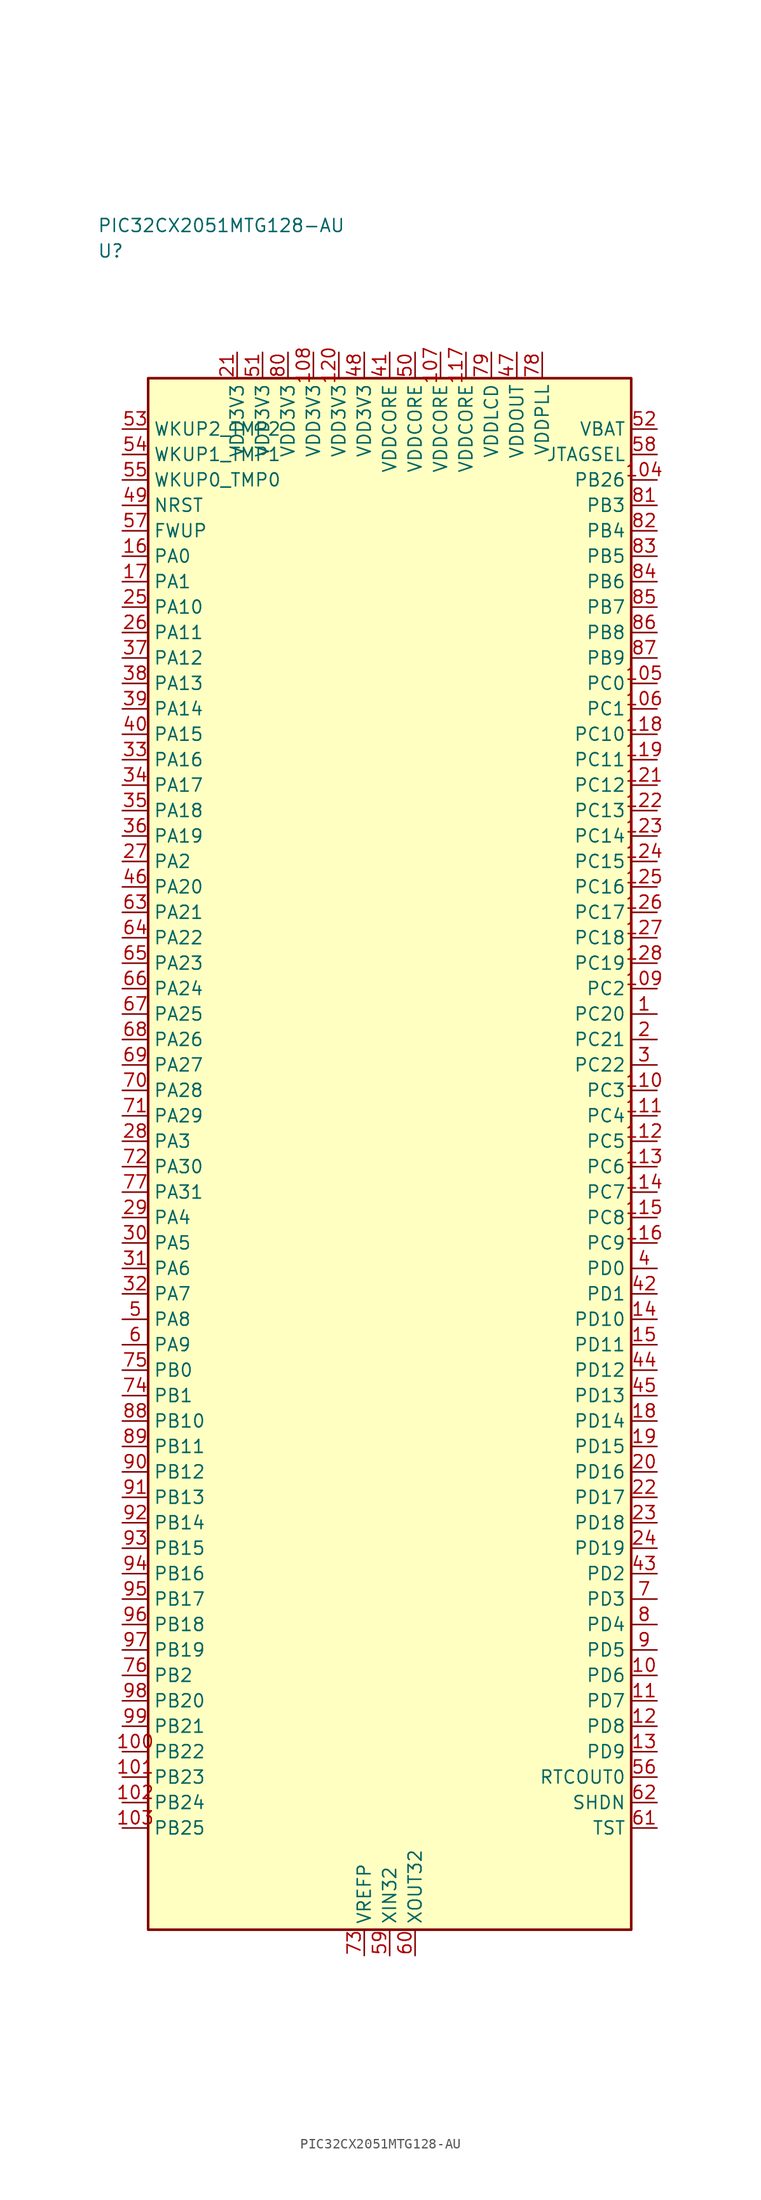
<source format=kicad_sym>
(kicad_symbol_lib
  (version 20241025)
  (generator "kicad_symbol_editor")
  (generator_version "8.0")
  (symbol "PIC32CX2051MTG128-AU"
    (property "Reference" "U"
      (at -28.75 88.75 0)
      (effects (font (size 1.27 1.27)) (justify left)))
    (property "Value" "PIC32CX2051MTG128-AU"
      (at -28.75 91.25 0)
      (effects (font (size 1.27 1.27)) (justify left)))
    (symbol "PIC32CX2051MTG128-AU_0_1"
      (rectangle (start -23.75 76.25) (end 23.75 -76.25) (stroke (width 0.254) (type default)) (fill (type background))))
    (symbol "PIC32CX2051MTG128-AU_1_1"
      (pin bidirectional line (at -26.29 58.75 0.0) (length 2.54) (name "PA0" (effects (font (size 1.27 1.27)))) (number "16" (effects (font (size 1.27 1.27)))))
      (pin bidirectional line (at -26.29 56.25 0.0) (length 2.54) (name "PA1" (effects (font (size 1.27 1.27)))) (number "17" (effects (font (size 1.27 1.27)))))
      (pin bidirectional line (at -26.29 28.75 0.0) (length 2.54) (name "PA2" (effects (font (size 1.27 1.27)))) (number "27" (effects (font (size 1.27 1.27)))))
      (pin bidirectional line (at -26.29 1.25 0.0) (length 2.54) (name "PA3" (effects (font (size 1.27 1.27)))) (number "28" (effects (font (size 1.27 1.27)))))
      (pin bidirectional line (at -26.29 -6.25 0.0) (length 2.54) (name "PA4" (effects (font (size 1.27 1.27)))) (number "29" (effects (font (size 1.27 1.27)))))
      (pin bidirectional line (at -26.29 -8.75 0.0) (length 2.54) (name "PA5" (effects (font (size 1.27 1.27)))) (number "30" (effects (font (size 1.27 1.27)))))
      (pin bidirectional line (at -26.29 -11.25 0.0) (length 2.54) (name "PA6" (effects (font (size 1.27 1.27)))) (number "31" (effects (font (size 1.27 1.27)))))
      (pin bidirectional line (at -26.29 -13.75 0.0) (length 2.54) (name "PA7" (effects (font (size 1.27 1.27)))) (number "32" (effects (font (size 1.27 1.27)))))
      (pin bidirectional line (at -26.29 -16.25 0.0) (length 2.54) (name "PA8" (effects (font (size 1.27 1.27)))) (number "5" (effects (font (size 1.27 1.27)))))
      (pin bidirectional line (at -26.29 -18.75 0.0) (length 2.54) (name "PA9" (effects (font (size 1.27 1.27)))) (number "6" (effects (font (size 1.27 1.27)))))
      (pin bidirectional line (at -26.29 53.75 0.0) (length 2.54) (name "PA10" (effects (font (size 1.27 1.27)))) (number "25" (effects (font (size 1.27 1.27)))))
      (pin bidirectional line (at -26.29 51.25 0.0) (length 2.54) (name "PA11" (effects (font (size 1.27 1.27)))) (number "26" (effects (font (size 1.27 1.27)))))
      (pin bidirectional line (at -26.29 48.75 0.0) (length 2.54) (name "PA12" (effects (font (size 1.27 1.27)))) (number "37" (effects (font (size 1.27 1.27)))))
      (pin bidirectional line (at -26.29 46.25 0.0) (length 2.54) (name "PA13" (effects (font (size 1.27 1.27)))) (number "38" (effects (font (size 1.27 1.27)))))
      (pin bidirectional line (at -26.29 43.75 0.0) (length 2.54) (name "PA14" (effects (font (size 1.27 1.27)))) (number "39" (effects (font (size 1.27 1.27)))))
      (pin bidirectional line (at -26.29 41.25 0.0) (length 2.54) (name "PA15" (effects (font (size 1.27 1.27)))) (number "40" (effects (font (size 1.27 1.27)))))
      (pin bidirectional line (at -26.29 38.75 0.0) (length 2.54) (name "PA16" (effects (font (size 1.27 1.27)))) (number "33" (effects (font (size 1.27 1.27)))))
      (pin bidirectional line (at -26.29 36.25 0.0) (length 2.54) (name "PA17" (effects (font (size 1.27 1.27)))) (number "34" (effects (font (size 1.27 1.27)))))
      (pin bidirectional line (at -26.29 33.75 0.0) (length 2.54) (name "PA18" (effects (font (size 1.27 1.27)))) (number "35" (effects (font (size 1.27 1.27)))))
      (pin bidirectional line (at -26.29 31.25 0.0) (length 2.54) (name "PA19" (effects (font (size 1.27 1.27)))) (number "36" (effects (font (size 1.27 1.27)))))
      (pin bidirectional line (at -26.29 26.25 0.0) (length 2.54) (name "PA20" (effects (font (size 1.27 1.27)))) (number "46" (effects (font (size 1.27 1.27)))))
      (pin bidirectional line (at -26.29 23.75 0.0) (length 2.54) (name "PA21" (effects (font (size 1.27 1.27)))) (number "63" (effects (font (size 1.27 1.27)))))
      (pin bidirectional line (at -26.29 21.25 0.0) (length 2.54) (name "PA22" (effects (font (size 1.27 1.27)))) (number "64" (effects (font (size 1.27 1.27)))))
      (pin bidirectional line (at -26.29 18.75 0.0) (length 2.54) (name "PA23" (effects (font (size 1.27 1.27)))) (number "65" (effects (font (size 1.27 1.27)))))
      (pin bidirectional line (at -26.29 16.25 0.0) (length 2.54) (name "PA24" (effects (font (size 1.27 1.27)))) (number "66" (effects (font (size 1.27 1.27)))))
      (pin bidirectional line (at -26.29 13.75 0.0) (length 2.54) (name "PA25" (effects (font (size 1.27 1.27)))) (number "67" (effects (font (size 1.27 1.27)))))
      (pin bidirectional line (at -26.29 11.25 0.0) (length 2.54) (name "PA26" (effects (font (size 1.27 1.27)))) (number "68" (effects (font (size 1.27 1.27)))))
      (pin bidirectional line (at -26.29 8.75 0.0) (length 2.54) (name "PA27" (effects (font (size 1.27 1.27)))) (number "69" (effects (font (size 1.27 1.27)))))
      (pin bidirectional line (at -26.29 6.25 0.0) (length 2.54) (name "PA28" (effects (font (size 1.27 1.27)))) (number "70" (effects (font (size 1.27 1.27)))))
      (pin bidirectional line (at -26.29 3.75 0.0) (length 2.54) (name "PA29" (effects (font (size 1.27 1.27)))) (number "71" (effects (font (size 1.27 1.27)))))
      (pin bidirectional line (at -26.29 -1.25 0.0) (length 2.54) (name "PA30" (effects (font (size 1.27 1.27)))) (number "72" (effects (font (size 1.27 1.27)))))
      (pin bidirectional line (at -26.29 -23.75 0.0) (length 2.54) (name "PB1" (effects (font (size 1.27 1.27)))) (number "74" (effects (font (size 1.27 1.27)))))
      (pin bidirectional line (at -26.29 -21.25 0.0) (length 2.54) (name "PB0" (effects (font (size 1.27 1.27)))) (number "75" (effects (font (size 1.27 1.27)))))
      (pin bidirectional line (at -26.29 -51.25 0.0) (length 2.54) (name "PB2" (effects (font (size 1.27 1.27)))) (number "76" (effects (font (size 1.27 1.27)))))
      (pin bidirectional line (at -26.29 -3.75 0.0) (length 2.54) (name "PA31" (effects (font (size 1.27 1.27)))) (number "77" (effects (font (size 1.27 1.27)))))
      (pin bidirectional line (at 26.29 63.75 180.0) (length 2.54) (name "PB3" (effects (font (size 1.27 1.27)))) (number "81" (effects (font (size 1.27 1.27)))))
      (pin bidirectional line (at 26.29 61.25 180.0) (length 2.54) (name "PB4" (effects (font (size 1.27 1.27)))) (number "82" (effects (font (size 1.27 1.27)))))
      (pin bidirectional line (at 26.29 58.75 180.0) (length 2.54) (name "PB5" (effects (font (size 1.27 1.27)))) (number "83" (effects (font (size 1.27 1.27)))))
      (pin bidirectional line (at 26.29 56.25 180.0) (length 2.54) (name "PB6" (effects (font (size 1.27 1.27)))) (number "84" (effects (font (size 1.27 1.27)))))
      (pin bidirectional line (at 26.29 53.75 180.0) (length 2.54) (name "PB7" (effects (font (size 1.27 1.27)))) (number "85" (effects (font (size 1.27 1.27)))))
      (pin bidirectional line (at 26.29 51.25 180.0) (length 2.54) (name "PB8" (effects (font (size 1.27 1.27)))) (number "86" (effects (font (size 1.27 1.27)))))
      (pin bidirectional line (at 26.29 48.75 180.0) (length 2.54) (name "PB9" (effects (font (size 1.27 1.27)))) (number "87" (effects (font (size 1.27 1.27)))))
      (pin bidirectional line (at -26.29 -26.25 0.0) (length 2.54) (name "PB10" (effects (font (size 1.27 1.27)))) (number "88" (effects (font (size 1.27 1.27)))))
      (pin bidirectional line (at -26.29 -28.75 0.0) (length 2.54) (name "PB11" (effects (font (size 1.27 1.27)))) (number "89" (effects (font (size 1.27 1.27)))))
      (pin bidirectional line (at -26.29 -31.25 0.0) (length 2.54) (name "PB12" (effects (font (size 1.27 1.27)))) (number "90" (effects (font (size 1.27 1.27)))))
      (pin bidirectional line (at -26.29 -33.75 0.0) (length 2.54) (name "PB13" (effects (font (size 1.27 1.27)))) (number "91" (effects (font (size 1.27 1.27)))))
      (pin bidirectional line (at -26.29 -36.25 0.0) (length 2.54) (name "PB14" (effects (font (size 1.27 1.27)))) (number "92" (effects (font (size 1.27 1.27)))))
      (pin bidirectional line (at -26.29 -38.75 0.0) (length 2.54) (name "PB15" (effects (font (size 1.27 1.27)))) (number "93" (effects (font (size 1.27 1.27)))))
      (pin bidirectional line (at -26.29 -41.25 0.0) (length 2.54) (name "PB16" (effects (font (size 1.27 1.27)))) (number "94" (effects (font (size 1.27 1.27)))))
      (pin bidirectional line (at -26.29 -43.75 0.0) (length 2.54) (name "PB17" (effects (font (size 1.27 1.27)))) (number "95" (effects (font (size 1.27 1.27)))))
      (pin bidirectional line (at -26.29 -46.25 0.0) (length 2.54) (name "PB18" (effects (font (size 1.27 1.27)))) (number "96" (effects (font (size 1.27 1.27)))))
      (pin bidirectional line (at -26.29 -48.75 0.0) (length 2.54) (name "PB19" (effects (font (size 1.27 1.27)))) (number "97" (effects (font (size 1.27 1.27)))))
      (pin bidirectional line (at -26.29 -53.75 0.0) (length 2.54) (name "PB20" (effects (font (size 1.27 1.27)))) (number "98" (effects (font (size 1.27 1.27)))))
      (pin bidirectional line (at -26.29 -56.25 0.0) (length 2.54) (name "PB21" (effects (font (size 1.27 1.27)))) (number "99" (effects (font (size 1.27 1.27)))))
      (pin bidirectional line (at -26.29 -58.75 0.0) (length 2.54) (name "PB22" (effects (font (size 1.27 1.27)))) (number "100" (effects (font (size 1.27 1.27)))))
      (pin bidirectional line (at -26.29 -61.25 0.0) (length 2.54) (name "PB23" (effects (font (size 1.27 1.27)))) (number "101" (effects (font (size 1.27 1.27)))))
      (pin bidirectional line (at -26.29 -63.75 0.0) (length 2.54) (name "PB24" (effects (font (size 1.27 1.27)))) (number "102" (effects (font (size 1.27 1.27)))))
      (pin bidirectional line (at -26.29 -66.25 0.0) (length 2.54) (name "PB25" (effects (font (size 1.27 1.27)))) (number "103" (effects (font (size 1.27 1.27)))))
      (pin bidirectional line (at 26.29 66.25 180.0) (length 2.54) (name "PB26" (effects (font (size 1.27 1.27)))) (number "104" (effects (font (size 1.27 1.27)))))
      (pin bidirectional line (at 26.29 46.25 180.0) (length 2.54) (name "PC0" (effects (font (size 1.27 1.27)))) (number "105" (effects (font (size 1.27 1.27)))))
      (pin bidirectional line (at 26.29 43.75 180.0) (length 2.54) (name "PC1" (effects (font (size 1.27 1.27)))) (number "106" (effects (font (size 1.27 1.27)))))
      (pin bidirectional line (at 26.29 16.25 180.0) (length 2.54) (name "PC2" (effects (font (size 1.27 1.27)))) (number "109" (effects (font (size 1.27 1.27)))))
      (pin bidirectional line (at 26.29 6.25 180.0) (length 2.54) (name "PC3" (effects (font (size 1.27 1.27)))) (number "110" (effects (font (size 1.27 1.27)))))
      (pin bidirectional line (at 26.29 3.75 180.0) (length 2.54) (name "PC4" (effects (font (size 1.27 1.27)))) (number "111" (effects (font (size 1.27 1.27)))))
      (pin bidirectional line (at 26.29 1.25 180.0) (length 2.54) (name "PC5" (effects (font (size 1.27 1.27)))) (number "112" (effects (font (size 1.27 1.27)))))
      (pin bidirectional line (at 26.29 -1.25 180.0) (length 2.54) (name "PC6" (effects (font (size 1.27 1.27)))) (number "113" (effects (font (size 1.27 1.27)))))
      (pin bidirectional line (at 26.29 -3.75 180.0) (length 2.54) (name "PC7" (effects (font (size 1.27 1.27)))) (number "114" (effects (font (size 1.27 1.27)))))
      (pin bidirectional line (at 26.29 -6.25 180.0) (length 2.54) (name "PC8" (effects (font (size 1.27 1.27)))) (number "115" (effects (font (size 1.27 1.27)))))
      (pin bidirectional line (at 26.29 -8.75 180.0) (length 2.54) (name "PC9" (effects (font (size 1.27 1.27)))) (number "116" (effects (font (size 1.27 1.27)))))
      (pin bidirectional line (at 26.29 41.25 180.0) (length 2.54) (name "PC10" (effects (font (size 1.27 1.27)))) (number "118" (effects (font (size 1.27 1.27)))))
      (pin bidirectional line (at 26.29 38.75 180.0) (length 2.54) (name "PC11" (effects (font (size 1.27 1.27)))) (number "119" (effects (font (size 1.27 1.27)))))
      (pin bidirectional line (at 26.29 36.25 180.0) (length 2.54) (name "PC12" (effects (font (size 1.27 1.27)))) (number "121" (effects (font (size 1.27 1.27)))))
      (pin bidirectional line (at 26.29 33.75 180.0) (length 2.54) (name "PC13" (effects (font (size 1.27 1.27)))) (number "122" (effects (font (size 1.27 1.27)))))
      (pin bidirectional line (at 26.29 31.25 180.0) (length 2.54) (name "PC14" (effects (font (size 1.27 1.27)))) (number "123" (effects (font (size 1.27 1.27)))))
      (pin bidirectional line (at 26.29 28.75 180.0) (length 2.54) (name "PC15" (effects (font (size 1.27 1.27)))) (number "124" (effects (font (size 1.27 1.27)))))
      (pin bidirectional line (at 26.29 26.25 180.0) (length 2.54) (name "PC16" (effects (font (size 1.27 1.27)))) (number "125" (effects (font (size 1.27 1.27)))))
      (pin bidirectional line (at 26.29 23.75 180.0) (length 2.54) (name "PC17" (effects (font (size 1.27 1.27)))) (number "126" (effects (font (size 1.27 1.27)))))
      (pin bidirectional line (at 26.29 21.25 180.0) (length 2.54) (name "PC18" (effects (font (size 1.27 1.27)))) (number "127" (effects (font (size 1.27 1.27)))))
      (pin bidirectional line (at 26.29 18.75 180.0) (length 2.54) (name "PC19" (effects (font (size 1.27 1.27)))) (number "128" (effects (font (size 1.27 1.27)))))
      (pin bidirectional line (at 26.29 13.75 180.0) (length 2.54) (name "PC20" (effects (font (size 1.27 1.27)))) (number "1" (effects (font (size 1.27 1.27)))))
      (pin bidirectional line (at 26.29 11.25 180.0) (length 2.54) (name "PC21" (effects (font (size 1.27 1.27)))) (number "2" (effects (font (size 1.27 1.27)))))
      (pin bidirectional line (at 26.29 8.75 180.0) (length 2.54) (name "PC22" (effects (font (size 1.27 1.27)))) (number "3" (effects (font (size 1.27 1.27)))))
      (pin bidirectional line (at 26.29 -11.25 180.0) (length 2.54) (name "PD0" (effects (font (size 1.27 1.27)))) (number "4" (effects (font (size 1.27 1.27)))))
      (pin bidirectional line (at 26.29 -13.75 180.0) (length 2.54) (name "PD1" (effects (font (size 1.27 1.27)))) (number "42" (effects (font (size 1.27 1.27)))))
      (pin bidirectional line (at 26.29 -41.25 180.0) (length 2.54) (name "PD2" (effects (font (size 1.27 1.27)))) (number "43" (effects (font (size 1.27 1.27)))))
      (pin bidirectional line (at 26.29 -43.75 180.0) (length 2.54) (name "PD3" (effects (font (size 1.27 1.27)))) (number "7" (effects (font (size 1.27 1.27)))))
      (pin bidirectional line (at 26.29 -46.25 180.0) (length 2.54) (name "PD4" (effects (font (size 1.27 1.27)))) (number "8" (effects (font (size 1.27 1.27)))))
      (pin bidirectional line (at 26.29 -48.75 180.0) (length 2.54) (name "PD5" (effects (font (size 1.27 1.27)))) (number "9" (effects (font (size 1.27 1.27)))))
      (pin bidirectional line (at 26.29 -51.25 180.0) (length 2.54) (name "PD6" (effects (font (size 1.27 1.27)))) (number "10" (effects (font (size 1.27 1.27)))))
      (pin bidirectional line (at 26.29 -53.75 180.0) (length 2.54) (name "PD7" (effects (font (size 1.27 1.27)))) (number "11" (effects (font (size 1.27 1.27)))))
      (pin bidirectional line (at 26.29 -56.25 180.0) (length 2.54) (name "PD8" (effects (font (size 1.27 1.27)))) (number "12" (effects (font (size 1.27 1.27)))))
      (pin bidirectional line (at 26.29 -58.75 180.0) (length 2.54) (name "PD9" (effects (font (size 1.27 1.27)))) (number "13" (effects (font (size 1.27 1.27)))))
      (pin bidirectional line (at 26.29 -16.25 180.0) (length 2.54) (name "PD10" (effects (font (size 1.27 1.27)))) (number "14" (effects (font (size 1.27 1.27)))))
      (pin bidirectional line (at 26.29 -18.75 180.0) (length 2.54) (name "PD11" (effects (font (size 1.27 1.27)))) (number "15" (effects (font (size 1.27 1.27)))))
      (pin bidirectional line (at 26.29 -21.25 180.0) (length 2.54) (name "PD12" (effects (font (size 1.27 1.27)))) (number "44" (effects (font (size 1.27 1.27)))))
      (pin bidirectional line (at 26.29 -23.75 180.0) (length 2.54) (name "PD13" (effects (font (size 1.27 1.27)))) (number "45" (effects (font (size 1.27 1.27)))))
      (pin bidirectional line (at 26.29 -26.25 180.0) (length 2.54) (name "PD14" (effects (font (size 1.27 1.27)))) (number "18" (effects (font (size 1.27 1.27)))))
      (pin bidirectional line (at 26.29 -28.75 180.0) (length 2.54) (name "PD15" (effects (font (size 1.27 1.27)))) (number "19" (effects (font (size 1.27 1.27)))))
      (pin bidirectional line (at 26.29 -31.25 180.0) (length 2.54) (name "PD16" (effects (font (size 1.27 1.27)))) (number "20" (effects (font (size 1.27 1.27)))))
      (pin bidirectional line (at 26.29 -33.75 180.0) (length 2.54) (name "PD17" (effects (font (size 1.27 1.27)))) (number "22" (effects (font (size 1.27 1.27)))))
      (pin bidirectional line (at 26.29 -36.25 180.0) (length 2.54) (name "PD18" (effects (font (size 1.27 1.27)))) (number "23" (effects (font (size 1.27 1.27)))))
      (pin bidirectional line (at 26.29 -38.75 180.0) (length 2.54) (name "PD19" (effects (font (size 1.27 1.27)))) (number "24" (effects (font (size 1.27 1.27)))))
      (pin input line (at -26.29 63.75 0.0) (length 2.54) (name "NRST" (effects (font (size 1.27 1.27)))) (number "49" (effects (font (size 1.27 1.27)))))
      (pin bidirectional line (at -26.29 61.25 0.0) (length 2.54) (name "FWUP" (effects (font (size 1.27 1.27)))) (number "57" (effects (font (size 1.27 1.27)))))
      (pin output line (at 26.29 68.75 180.0) (length 2.54) (name "JTAGSEL" (effects (font (size 1.27 1.27)))) (number "58" (effects (font (size 1.27 1.27)))))
      (pin bidirectional line (at 26.29 -63.75 180.0) (length 2.54) (name "SHDN" (effects (font (size 1.27 1.27)))) (number "62" (effects (font (size 1.27 1.27)))))
      (pin bidirectional line (at 26.29 -66.25 180.0) (length 2.54) (name "TST" (effects (font (size 1.27 1.27)))) (number "61" (effects (font (size 1.27 1.27)))))
      (pin bidirectional line (at 26.29 -61.25 180.0) (length 2.54) (name "RTCOUT0" (effects (font (size 1.27 1.27)))) (number "56" (effects (font (size 1.27 1.27)))))
      (pin input line (at -26.29 66.25 0.0) (length 2.54) (name "WKUP0_TMP0" (effects (font (size 1.27 1.27)))) (number "55" (effects (font (size 1.27 1.27)))))
      (pin input line (at -26.29 68.75 0.0) (length 2.54) (name "WKUP1_TMP1" (effects (font (size 1.27 1.27)))) (number "54" (effects (font (size 1.27 1.27)))))
      (pin input line (at -26.29 71.25 0.0) (length 2.54) (name "WKUP2_TMP2" (effects (font (size 1.27 1.27)))) (number "53" (effects (font (size 1.27 1.27)))))
      (pin passive line (at 2.5 -78.79 90.0) (length 2.54) (name "XOUT32" (effects (font (size 1.27 1.27)))) (number "60" (effects (font (size 1.27 1.27)))))
      (pin passive line (at 0.0 -78.79 90.0) (length 2.54) (name "XIN32" (effects (font (size 1.27 1.27)))) (number "59" (effects (font (size 1.27 1.27)))))
      (pin power_in line (at -15.0 78.79 270.0) (length 2.54) (name "VDD3V3" (effects (font (size 1.27 1.27)))) (number "21" (effects (font (size 1.27 1.27)))))
      (pin output line (at 26.29 71.25 180.0) (length 2.54) (name "VBAT" (effects (font (size 1.27 1.27)))) (number "52" (effects (font (size 1.27 1.27)))))
      (pin power_in line (at -12.5 78.79 270.0) (length 2.54) (name "VDD3V3" (effects (font (size 1.27 1.27)))) (number "51" (effects (font (size 1.27 1.27)))))
      (pin power_in line (at -10.0 78.79 270.0) (length 2.54) (name "VDD3V3" (effects (font (size 1.27 1.27)))) (number "80" (effects (font (size 1.27 1.27)))))
      (pin power_in line (at -7.5 78.79 270.0) (length 2.54) (name "VDD3V3" (effects (font (size 1.27 1.27)))) (number "108" (effects (font (size 1.27 1.27)))))
      (pin power_in line (at -5.0 78.79 270.0) (length 2.54) (name "VDD3V3" (effects (font (size 1.27 1.27)))) (number "120" (effects (font (size 1.27 1.27)))))
      (pin power_in line (at 0.0 78.79 270.0) (length 2.54) (name "VDDCORE" (effects (font (size 1.27 1.27)))) (number "41" (effects (font (size 1.27 1.27)))))
      (pin power_in line (at 2.5 78.79 270.0) (length 2.54) (name "VDDCORE" (effects (font (size 1.27 1.27)))) (number "50" (effects (font (size 1.27 1.27)))))
      (pin power_in line (at 5.0 78.79 270.0) (length 2.54) (name "VDDCORE" (effects (font (size 1.27 1.27)))) (number "107" (effects (font (size 1.27 1.27)))))
      (pin power_in line (at 7.5 78.79 270.0) (length 2.54) (name "VDDCORE" (effects (font (size 1.27 1.27)))) (number "117" (effects (font (size 1.27 1.27)))))
      (pin power_in line (at 15.0 78.79 270.0) (length 2.54) (name "VDDPLL" (effects (font (size 1.27 1.27)))) (number "78" (effects (font (size 1.27 1.27)))))
      (pin power_in line (at 12.5 78.79 270.0) (length 2.54) (name "VDDOUT" (effects (font (size 1.27 1.27)))) (number "47" (effects (font (size 1.27 1.27)))))
      (pin power_in line (at -2.5 78.79 270.0) (length 2.54) (name "VDD3V3" (effects (font (size 1.27 1.27)))) (number "48" (effects (font (size 1.27 1.27)))))
      (pin passive line (at -2.5 -78.79 90.0) (length 2.54) (name "VREFP" (effects (font (size 1.27 1.27)))) (number "73" (effects (font (size 1.27 1.27)))))
      (pin power_in line (at 10.0 78.79 270.0) (length 2.54) (name "VDDLCD" (effects (font (size 1.27 1.27)))) (number "79" (effects (font (size 1.27 1.27))))))))
</source>
